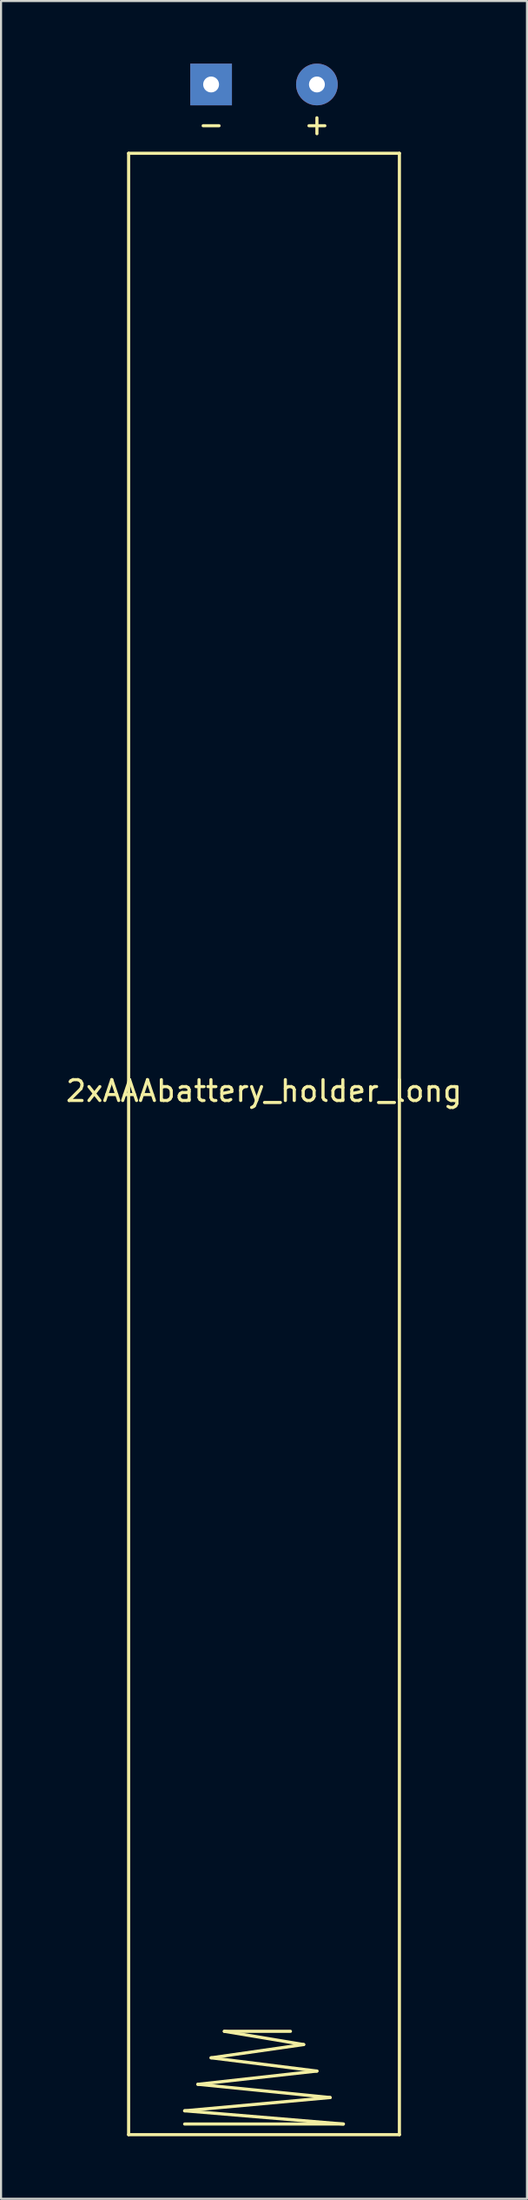
<source format=kicad_pcb>
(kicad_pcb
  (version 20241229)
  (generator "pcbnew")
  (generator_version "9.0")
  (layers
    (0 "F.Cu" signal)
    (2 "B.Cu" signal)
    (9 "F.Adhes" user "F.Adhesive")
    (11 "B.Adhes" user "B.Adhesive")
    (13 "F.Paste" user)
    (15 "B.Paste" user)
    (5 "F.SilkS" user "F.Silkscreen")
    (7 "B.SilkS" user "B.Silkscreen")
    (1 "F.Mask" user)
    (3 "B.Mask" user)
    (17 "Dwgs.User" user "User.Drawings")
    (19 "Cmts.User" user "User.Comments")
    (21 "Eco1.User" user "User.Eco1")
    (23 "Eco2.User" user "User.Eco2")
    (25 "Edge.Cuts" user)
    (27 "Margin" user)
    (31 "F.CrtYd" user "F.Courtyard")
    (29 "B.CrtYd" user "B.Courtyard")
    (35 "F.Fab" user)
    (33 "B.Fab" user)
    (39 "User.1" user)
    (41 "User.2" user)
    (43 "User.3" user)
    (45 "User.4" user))
  (footprint "2xAAAbattery_holder_long"
    (layer "F.Cu")
    (at 9.625 51.8)
    (property "Reference" "2xAAAbattery_holder_long" (at 0 -2.54 0) (layer "F.SilkS") (effects (font (size 1 1) (thickness 0.15))))
    (attr through_hole)
    (fp_line (start -6.5 -47.5) (end 6.5 -47.5) (stroke (width 0.15) (type solid)) (layer "F.SilkS"))
    (fp_line (start -6.5 47.5) (end -6.5 -47.5) (stroke (width 0.15) (type solid)) (layer "F.SilkS"))
    (fp_line (start -3.81 46.355) (end 3.175 45.72) (stroke (width 0.15) (type solid)) (layer "F.SilkS"))
    (fp_line (start -3.81 46.99) (end 3.81 46.99) (stroke (width 0.15) (type solid)) (layer "F.SilkS"))
    (fp_line (start -3.175 45.085) (end 2.54 44.45) (stroke (width 0.15) (type solid)) (layer "F.SilkS"))
    (fp_line (start -2.54 43.815) (end 1.905 43.18) (stroke (width 0.15) (type solid)) (layer "F.SilkS"))
    (fp_line (start -1.905 42.545) (end 1.27 42.545) (stroke (width 0.15) (type solid)) (layer "F.SilkS"))
    (fp_line (start 1.905 43.18) (end -1.905 42.545) (stroke (width 0.15) (type solid)) (layer "F.SilkS"))
    (fp_line (start 2.54 44.45) (end -2.54 43.815) (stroke (width 0.15) (type solid)) (layer "F.SilkS"))
    (fp_line (start 3.175 45.72) (end -3.175 45.085) (stroke (width 0.15) (type solid)) (layer "F.SilkS"))
    (fp_line (start 3.81 46.99) (end -3.81 46.355) (stroke (width 0.15) (type solid)) (layer "F.SilkS"))
    (fp_line (start 6.5 -47.5) (end 6.5 47.5) (stroke (width 0.15) (type solid)) (layer "F.SilkS"))
    (fp_line (start 6.5 47.5) (end -6.5 47.5) (stroke (width 0.15) (type solid)) (layer "F.SilkS"))
    (fp_text user "+" (at 2.54 -48.895 0) (layer "F.SilkS") (effects (font (size 1 1) (thickness 0.15))))
    (fp_text user "-" (at -2.54 -48.895 0) (layer "F.SilkS") (effects (font (size 1 1) (thickness 0.15))))
    (pad "1" thru_hole circle (at 2.54 -50.8) (size 2 2) (drill 0.762) (layers "*.Cu" "*.Mask"))
    (pad "2" thru_hole rect (at -2.54 -50.8) (size 2 2) (drill 0.762) (layers "*.Cu" "*.Mask")))
  (gr_rect
    (start -3 -3)
    (end 22.25 102.375)
    (stroke (width 0.1) (type default))
    (fill no)
    (layer "Edge.Cuts")))
</source>
